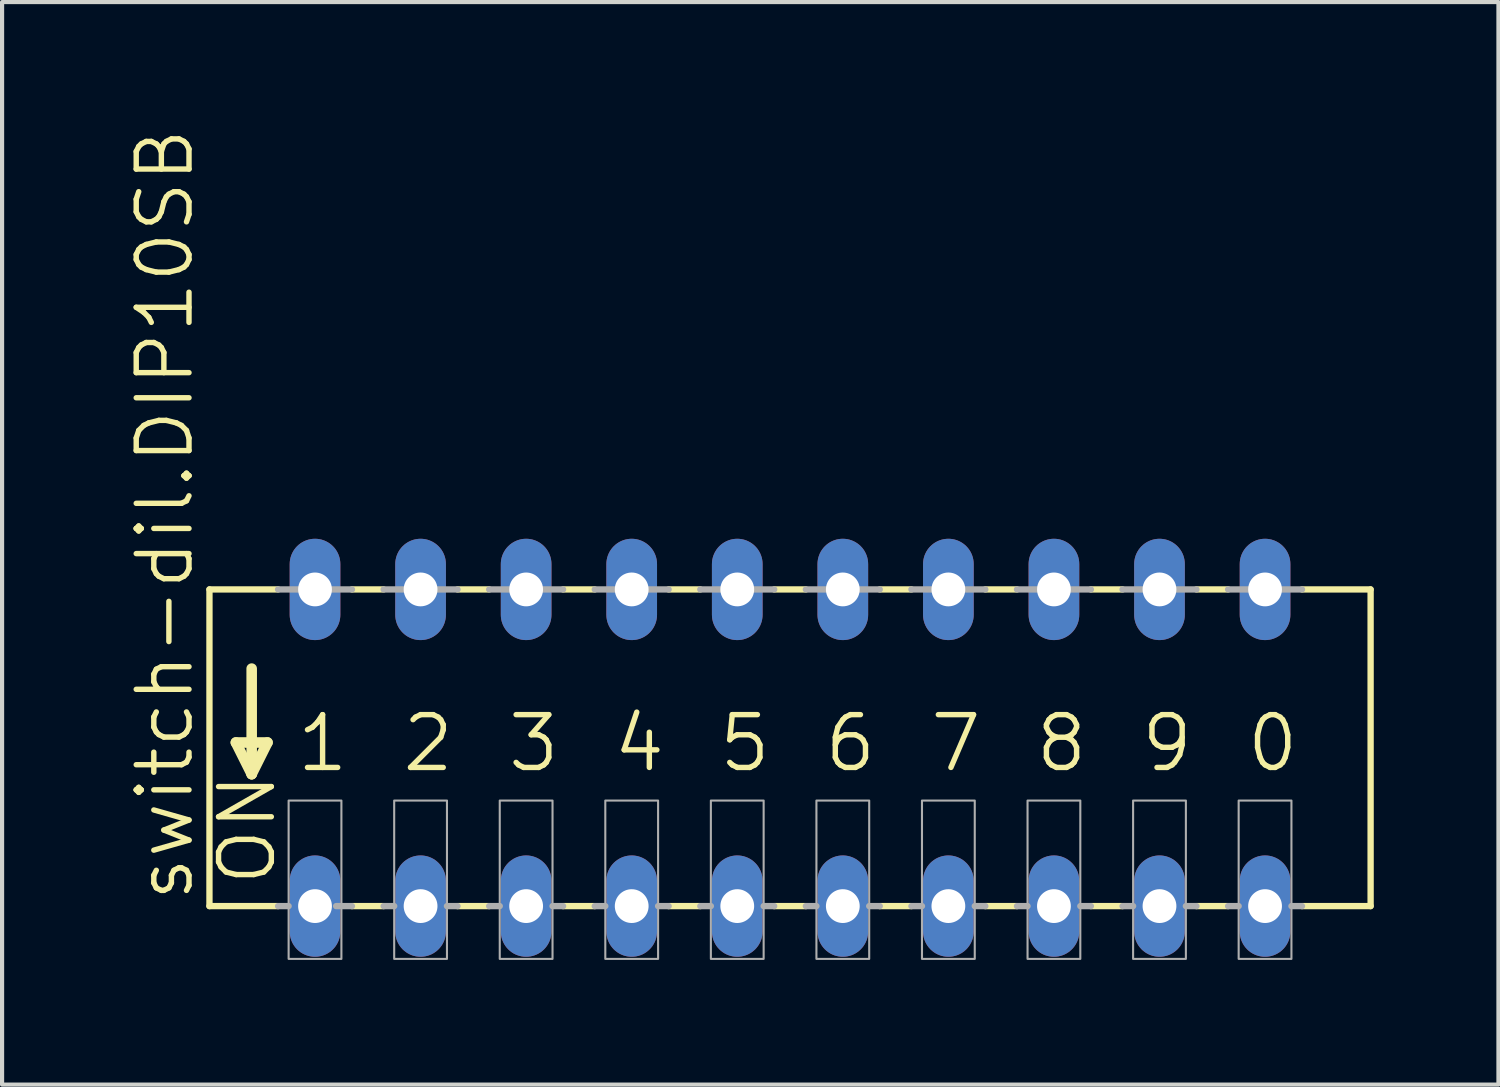
<source format=kicad_pcb>
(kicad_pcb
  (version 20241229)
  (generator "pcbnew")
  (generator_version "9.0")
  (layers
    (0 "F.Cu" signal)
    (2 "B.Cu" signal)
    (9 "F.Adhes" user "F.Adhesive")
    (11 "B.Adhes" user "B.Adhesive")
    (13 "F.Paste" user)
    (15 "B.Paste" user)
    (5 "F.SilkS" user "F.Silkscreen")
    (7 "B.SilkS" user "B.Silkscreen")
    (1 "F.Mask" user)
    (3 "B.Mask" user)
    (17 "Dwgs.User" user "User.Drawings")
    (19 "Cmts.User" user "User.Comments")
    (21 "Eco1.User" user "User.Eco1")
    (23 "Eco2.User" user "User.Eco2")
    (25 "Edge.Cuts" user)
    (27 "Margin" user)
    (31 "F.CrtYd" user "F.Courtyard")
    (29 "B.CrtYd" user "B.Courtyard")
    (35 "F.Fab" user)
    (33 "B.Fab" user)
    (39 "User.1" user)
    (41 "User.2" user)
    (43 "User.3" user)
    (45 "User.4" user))
  (footprint "switch-dil.DIP10SB"
    (layer "F.Cu")
    (at 15.96 14.943)
    (property "Reference" "switch-dil.DIP10SB" (at -14.3 3.759 90) (layer "F.SilkS") (effects (font (size 1.27 1.27) (thickness 0.13)) (justify left bottom)))
    (attr through_hole)
    (fp_line (start -13.97 -3.81) (end -13.97 3.81) (stroke (width 0.152) (type default)) (layer "F.SilkS"))
    (fp_line (start -13.97 -3.81) (end -12.319 -3.81) (stroke (width 0.152) (type default)) (layer "F.SilkS"))
    (fp_line (start -13.97 3.81) (end -12.319 3.81) (stroke (width 0.152) (type default)) (layer "F.SilkS"))
    (fp_line (start -13.335 -0.127) (end -12.954 0.635) (stroke (width 0.254) (type default)) (layer "F.SilkS"))
    (fp_line (start -12.954 -1.905) (end -12.954 0.635) (stroke (width 0.254) (type default)) (layer "F.SilkS"))
    (fp_line (start -12.954 0.635) (end -12.573 -0.127) (stroke (width 0.254) (type default)) (layer "F.SilkS"))
    (fp_line (start -12.573 -0.127) (end -13.335 -0.127) (stroke (width 0.254) (type default)) (layer "F.SilkS"))
    (fp_line (start -10.541 3.81) (end -9.779 3.81) (stroke (width 0.152) (type default)) (layer "F.SilkS"))
    (fp_line (start -9.779 -3.81) (end -10.541 -3.81) (stroke (width 0.152) (type default)) (layer "F.SilkS"))
    (fp_line (start -8.001 3.81) (end -7.239 3.81) (stroke (width 0.152) (type default)) (layer "F.SilkS"))
    (fp_line (start -7.239 -3.81) (end -8.001 -3.81) (stroke (width 0.152) (type default)) (layer "F.SilkS"))
    (fp_line (start -5.461 3.81) (end -4.699 3.81) (stroke (width 0.152) (type default)) (layer "F.SilkS"))
    (fp_line (start -4.699 -3.81) (end -5.461 -3.81) (stroke (width 0.152) (type default)) (layer "F.SilkS"))
    (fp_line (start -2.921 3.81) (end -2.159 3.81) (stroke (width 0.152) (type default)) (layer "F.SilkS"))
    (fp_line (start -2.159 -3.81) (end -2.921 -3.81) (stroke (width 0.152) (type default)) (layer "F.SilkS"))
    (fp_line (start -0.381 3.81) (end 0.381 3.81) (stroke (width 0.152) (type default)) (layer "F.SilkS"))
    (fp_line (start 0.381 -3.81) (end -0.381 -3.81) (stroke (width 0.152) (type default)) (layer "F.SilkS"))
    (fp_line (start 2.159 3.81) (end 2.921 3.81) (stroke (width 0.152) (type default)) (layer "F.SilkS"))
    (fp_line (start 2.921 -3.81) (end 2.159 -3.81) (stroke (width 0.152) (type default)) (layer "F.SilkS"))
    (fp_line (start 4.699 3.81) (end 5.461 3.81) (stroke (width 0.152) (type default)) (layer "F.SilkS"))
    (fp_line (start 5.461 -3.81) (end 4.699 -3.81) (stroke (width 0.152) (type default)) (layer "F.SilkS"))
    (fp_line (start 7.239 3.81) (end 8.001 3.81) (stroke (width 0.152) (type default)) (layer "F.SilkS"))
    (fp_line (start 8.001 -3.81) (end 7.239 -3.81) (stroke (width 0.152) (type default)) (layer "F.SilkS"))
    (fp_line (start 9.779 3.81) (end 10.541 3.81) (stroke (width 0.152) (type default)) (layer "F.SilkS"))
    (fp_line (start 10.541 -3.81) (end 9.779 -3.81) (stroke (width 0.152) (type default)) (layer "F.SilkS"))
    (fp_line (start 13.97 -3.81) (end 12.319 -3.81) (stroke (width 0.152) (type default)) (layer "F.SilkS"))
    (fp_line (start 13.97 3.81) (end 12.319 3.81) (stroke (width 0.152) (type default)) (layer "F.SilkS"))
    (fp_line (start 13.97 3.81) (end 13.97 -3.81) (stroke (width 0.152) (type default)) (layer "F.SilkS"))
    (fp_line (start -12.319 3.81) (end -12.065 3.81) (stroke (width 0.152) (type default)) (layer "F.Fab"))
    (fp_line (start -10.922 3.81) (end -10.541 3.81) (stroke (width 0.152) (type default)) (layer "F.Fab"))
    (fp_line (start -10.541 -3.81) (end -12.319 -3.81) (stroke (width 0.152) (type default)) (layer "F.Fab"))
    (fp_line (start -9.779 3.81) (end -9.525 3.81) (stroke (width 0.152) (type default)) (layer "F.Fab"))
    (fp_line (start -8.255 3.81) (end -8.001 3.81) (stroke (width 0.152) (type default)) (layer "F.Fab"))
    (fp_line (start -8.001 -3.81) (end -9.779 -3.81) (stroke (width 0.152) (type default)) (layer "F.Fab"))
    (fp_line (start -7.239 3.81) (end -6.985 3.81) (stroke (width 0.152) (type default)) (layer "F.Fab"))
    (fp_line (start -5.715 3.81) (end -5.461 3.81) (stroke (width 0.152) (type default)) (layer "F.Fab"))
    (fp_line (start -5.461 -3.81) (end -7.239 -3.81) (stroke (width 0.152) (type default)) (layer "F.Fab"))
    (fp_line (start -4.699 3.81) (end -4.445 3.81) (stroke (width 0.152) (type default)) (layer "F.Fab"))
    (fp_line (start -3.175 3.81) (end -2.921 3.81) (stroke (width 0.152) (type default)) (layer "F.Fab"))
    (fp_line (start -2.921 -3.81) (end -4.699 -3.81) (stroke (width 0.152) (type default)) (layer "F.Fab"))
    (fp_line (start -2.159 3.81) (end -1.905 3.81) (stroke (width 0.152) (type default)) (layer "F.Fab"))
    (fp_line (start -0.635 3.81) (end -0.381 3.81) (stroke (width 0.152) (type default)) (layer "F.Fab"))
    (fp_line (start -0.381 -3.81) (end -2.159 -3.81) (stroke (width 0.152) (type default)) (layer "F.Fab"))
    (fp_line (start 0.381 3.81) (end 0.635 3.81) (stroke (width 0.152) (type default)) (layer "F.Fab"))
    (fp_line (start 1.905 3.81) (end 2.159 3.81) (stroke (width 0.152) (type default)) (layer "F.Fab"))
    (fp_line (start 2.159 -3.81) (end 0.381 -3.81) (stroke (width 0.152) (type default)) (layer "F.Fab"))
    (fp_line (start 2.921 3.81) (end 3.175 3.81) (stroke (width 0.152) (type default)) (layer "F.Fab"))
    (fp_line (start 4.445 3.81) (end 4.699 3.81) (stroke (width 0.152) (type default)) (layer "F.Fab"))
    (fp_line (start 4.699 -3.81) (end 2.921 -3.81) (stroke (width 0.152) (type default)) (layer "F.Fab"))
    (fp_line (start 5.461 3.81) (end 5.715 3.81) (stroke (width 0.152) (type default)) (layer "F.Fab"))
    (fp_line (start 6.985 3.81) (end 7.239 3.81) (stroke (width 0.152) (type default)) (layer "F.Fab"))
    (fp_line (start 7.239 -3.81) (end 5.461 -3.81) (stroke (width 0.152) (type default)) (layer "F.Fab"))
    (fp_line (start 8.001 3.81) (end 8.255 3.81) (stroke (width 0.152) (type default)) (layer "F.Fab"))
    (fp_line (start 9.525 3.81) (end 9.779 3.81) (stroke (width 0.152) (type default)) (layer "F.Fab"))
    (fp_line (start 9.779 -3.81) (end 8.001 -3.81) (stroke (width 0.152) (type default)) (layer "F.Fab"))
    (fp_line (start 10.541 3.81) (end 10.795 3.81) (stroke (width 0.152) (type default)) (layer "F.Fab"))
    (fp_line (start 12.065 3.81) (end 12.319 3.81) (stroke (width 0.152) (type default)) (layer "F.Fab"))
    (fp_line (start 12.319 -3.81) (end 10.541 -3.81) (stroke (width 0.152) (type default)) (layer "F.Fab"))
    (fp_rect (start -12.065 5.08) (end -10.795 1.27) (stroke (width 0.05) (type default)) (fill no) (layer "F.Fab"))
    (fp_rect (start -9.525 5.08) (end -8.255 1.27) (stroke (width 0.05) (type default)) (fill no) (layer "F.Fab"))
    (fp_rect (start -6.985 5.08) (end -5.715 1.27) (stroke (width 0.05) (type default)) (fill no) (layer "F.Fab"))
    (fp_rect (start -4.445 5.08) (end -3.175 1.27) (stroke (width 0.05) (type default)) (fill no) (layer "F.Fab"))
    (fp_rect (start -1.905 5.08) (end -0.635 1.27) (stroke (width 0.05) (type default)) (fill no) (layer "F.Fab"))
    (fp_rect (start 0.635 5.08) (end 1.905 1.27) (stroke (width 0.05) (type default)) (fill no) (layer "F.Fab"))
    (fp_rect (start 3.175 5.08) (end 4.445 1.27) (stroke (width 0.05) (type default)) (fill no) (layer "F.Fab"))
    (fp_rect (start 5.715 5.08) (end 6.985 1.27) (stroke (width 0.05) (type default)) (fill no) (layer "F.Fab"))
    (fp_rect (start 8.255 5.08) (end 9.525 1.27) (stroke (width 0.05) (type default)) (fill no) (layer "F.Fab"))
    (fp_rect (start 10.795 5.08) (end 12.065 1.27) (stroke (width 0.05) (type default)) (fill no) (layer "F.Fab"))
    (fp_text user "6" (at 0.762 0.635 0) (layer "F.SilkS") (effects (font (size 1.27 1.27) (thickness 0.13)) (justify left bottom)))
    (fp_text user "4" (at -4.318 0.635 0) (layer "F.SilkS") (effects (font (size 1.27 1.27) (thickness 0.13)) (justify left bottom)))
    (fp_text user "3" (at -6.858 0.635 0) (layer "F.SilkS") (effects (font (size 1.27 1.27) (thickness 0.13)) (justify left bottom)))
    (fp_text user "0" (at 10.922 0.635 0) (layer "F.SilkS") (effects (font (size 1.27 1.27) (thickness 0.13)) (justify left bottom)))
    (fp_text user "8" (at 5.842 0.635 0) (layer "F.SilkS") (effects (font (size 1.27 1.27) (thickness 0.13)) (justify left bottom)))
    (fp_text user "1" (at -11.938 0.635 0) (layer "F.SilkS") (effects (font (size 1.27 1.27) (thickness 0.13)) (justify left bottom)))
    (fp_text user "2" (at -9.398 0.635 0) (layer "F.SilkS") (effects (font (size 1.27 1.27) (thickness 0.13)) (justify left bottom)))
    (fp_text user "ON" (at -12.319 3.378 90) (layer "F.SilkS") (effects (font (size 1.27 1.27) (thickness 0.13)) (justify left bottom)))
    (fp_text user "9" (at 8.382 0.635 0) (layer "F.SilkS") (effects (font (size 1.27 1.27) (thickness 0.13)) (justify left bottom)))
    (fp_text user "7" (at 3.302 0.635 0) (layer "F.SilkS") (effects (font (size 1.27 1.27) (thickness 0.13)) (justify left bottom)))
    (fp_text user "5" (at -1.778 0.635 0) (layer "F.SilkS") (effects (font (size 1.27 1.27) (thickness 0.13)) (justify left bottom)))
    (pad "1" thru_hole oval (at -11.43 3.81 90) (size 2.438 1.219) (drill 0.813) (layers "*.Cu" "*.Mask"))
    (pad "2" thru_hole oval (at -8.89 3.81 90) (size 2.438 1.219) (drill 0.813) (layers "*.Cu" "*.Mask"))
    (pad "3" thru_hole oval (at -6.35 3.81 90) (size 2.438 1.219) (drill 0.813) (layers "*.Cu" "*.Mask"))
    (pad "4" thru_hole oval (at -3.81 3.81 90) (size 2.438 1.219) (drill 0.813) (layers "*.Cu" "*.Mask"))
    (pad "5" thru_hole oval (at -1.27 3.81 90) (size 2.438 1.219) (drill 0.813) (layers "*.Cu" "*.Mask"))
    (pad "6" thru_hole oval (at 1.27 3.81 90) (size 2.438 1.219) (drill 0.813) (layers "*.Cu" "*.Mask"))
    (pad "7" thru_hole oval (at 3.81 3.81 90) (size 2.438 1.219) (drill 0.813) (layers "*.Cu" "*.Mask"))
    (pad "8" thru_hole oval (at 6.35 3.81 90) (size 2.438 1.219) (drill 0.813) (layers "*.Cu" "*.Mask"))
    (pad "9" thru_hole oval (at 8.89 3.81 90) (size 2.438 1.219) (drill 0.813) (layers "*.Cu" "*.Mask"))
    (pad "10" thru_hole oval (at 11.43 3.81 90) (size 2.438 1.219) (drill 0.813) (layers "*.Cu" "*.Mask"))
    (pad "11" thru_hole oval (at 11.43 -3.81 90) (size 2.438 1.219) (drill 0.813) (layers "*.Cu" "*.Mask"))
    (pad "12" thru_hole oval (at 8.89 -3.81 90) (size 2.438 1.219) (drill 0.813) (layers "*.Cu" "*.Mask"))
    (pad "13" thru_hole oval (at 6.35 -3.81 90) (size 2.438 1.219) (drill 0.813) (layers "*.Cu" "*.Mask"))
    (pad "14" thru_hole oval (at 3.81 -3.81 90) (size 2.438 1.219) (drill 0.813) (layers "*.Cu" "*.Mask"))
    (pad "15" thru_hole oval (at 1.27 -3.81 90) (size 2.438 1.219) (drill 0.813) (layers "*.Cu" "*.Mask"))
    (pad "16" thru_hole oval (at -1.27 -3.81 90) (size 2.438 1.219) (drill 0.813) (layers "*.Cu" "*.Mask"))
    (pad "17" thru_hole oval (at -3.81 -3.81 90) (size 2.438 1.219) (drill 0.813) (layers "*.Cu" "*.Mask"))
    (pad "18" thru_hole oval (at -6.35 -3.81 90) (size 2.438 1.219) (drill 0.813) (layers "*.Cu" "*.Mask"))
    (pad "19" thru_hole oval (at -8.89 -3.81 90) (size 2.438 1.219) (drill 0.813) (layers "*.Cu" "*.Mask"))
    (pad "20" thru_hole oval (at -11.43 -3.81 90) (size 2.438 1.219) (drill 0.813) (layers "*.Cu" "*.Mask")))
  (gr_rect
    (start -3 -3)
    (end 33.006 23.048)
    (stroke (width 0.1) (type default))
    (fill no)
    (layer "Edge.Cuts")))
</source>
